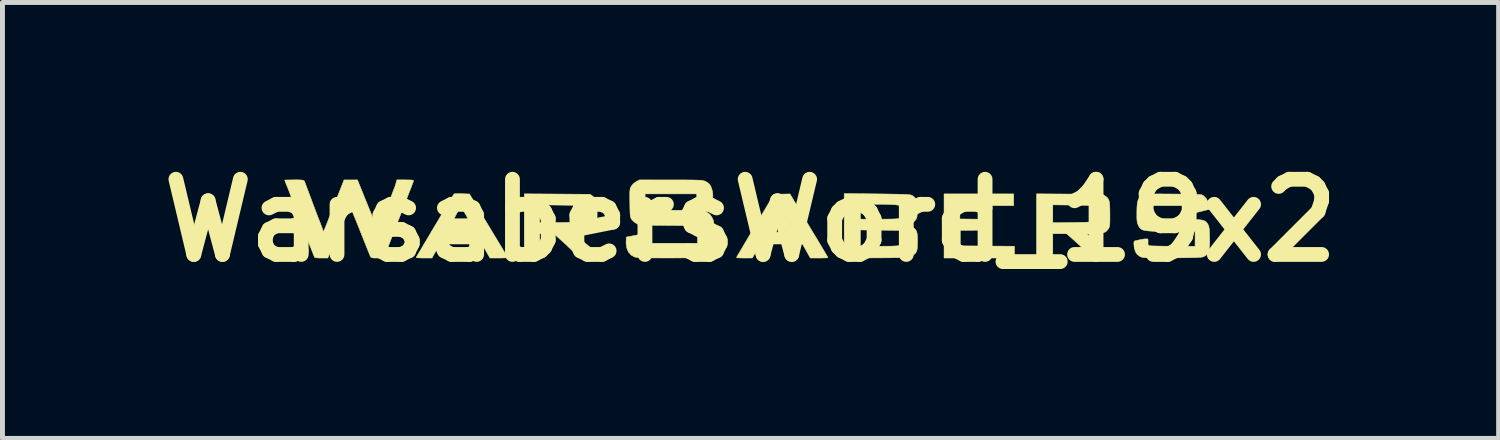
<source format=kicad_pcb>
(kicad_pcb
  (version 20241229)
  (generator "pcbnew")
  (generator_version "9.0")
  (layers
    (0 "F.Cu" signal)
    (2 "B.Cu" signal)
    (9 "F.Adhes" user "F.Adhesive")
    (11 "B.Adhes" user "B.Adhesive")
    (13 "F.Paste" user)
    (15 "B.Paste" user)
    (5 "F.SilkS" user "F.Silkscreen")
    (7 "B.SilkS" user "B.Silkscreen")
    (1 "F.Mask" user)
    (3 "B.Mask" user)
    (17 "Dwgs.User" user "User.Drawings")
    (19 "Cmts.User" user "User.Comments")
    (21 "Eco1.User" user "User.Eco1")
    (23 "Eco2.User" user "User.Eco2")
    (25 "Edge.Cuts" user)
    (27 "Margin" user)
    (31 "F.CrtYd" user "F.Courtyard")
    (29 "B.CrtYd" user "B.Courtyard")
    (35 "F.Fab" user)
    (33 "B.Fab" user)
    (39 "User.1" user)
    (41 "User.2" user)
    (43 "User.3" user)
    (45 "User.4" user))
  (footprint "WarsabersWord_19x2"
    (layer "F.Cu")
    (at 12.163 1.418)
    (property "Reference" "WarsabersWord_19x2" (at 0 0 0) (layer "F.SilkS") (effects (font (size 1.524 1.524) (thickness 0.3))))
    (attr through_hole)
    (fp_poly (pts (xy 5.334 -0.299) (xy 4.243 -0.299) (xy 4.243 -0.03) (xy 4.878 -0.022) (xy 4.883 0.086) (xy 4.887 0.194) (xy 4.569 0.198) (xy 4.251 0.202) (xy 4.251 0.515) (xy 4.8 0.519) (xy 5.349 0.523) (xy 5.349 0.762) (xy 4.636 0.762) (xy 3.922 0.762) (xy 3.922 -0.538) (xy 4.628 -0.538) (xy 5.334 -0.538) (xy 5.334 -0.299)) (stroke (width 0.01) (type solid)) (fill yes) (layer "F.SilkS"))
    (fp_poly (pts (xy -3.918 -0.535) (xy -3.25 -0.53) (xy -3.196 -0.489) (xy -3.164 -0.46) (xy -3.14 -0.425) (xy -3.124 -0.38) (xy -3.114 -0.321) (xy -3.11 -0.242) (xy -3.11 -0.139) (xy -3.11 -0.104) (xy -3.114 -0.004) (xy -3.119 0.071) (xy -3.129 0.126) (xy -3.144 0.167) (xy -3.166 0.198) (xy -3.195 0.225) (xy -3.202 0.23) (xy -3.226 0.244) (xy -3.255 0.254) (xy -3.296 0.26) (xy -3.356 0.265) (xy -3.414 0.267) (xy -3.584 0.272) (xy -3.519 0.327) (xy -3.487 0.353) (xy -3.436 0.394) (xy -3.372 0.446) (xy -3.299 0.504) (xy -3.223 0.565) (xy -3.22 0.568) (xy -2.985 0.755) (xy -3.213 0.759) (xy -3.44 0.763) (xy -3.562 0.655) (xy -3.614 0.609) (xy -3.659 0.568) (xy -3.692 0.537) (xy -3.706 0.524) (xy -3.725 0.505) (xy -3.762 0.471) (xy -3.81 0.427) (xy -3.857 0.385) (xy -3.985 0.269) (xy -4.273 0.269) (xy -4.273 0.762) (xy -4.587 0.762) (xy -4.587 0.046) (xy -4.273 0.046) (xy -3.868 0.042) (xy -3.464 0.037) (xy -3.434 0.000279) (xy -3.418 -0.025) (xy -3.409 -0.055) (xy -3.408 -0.099) (xy -3.409 -0.145) (xy -3.411 -0.191) (xy -3.415 -0.227) (xy -3.423 -0.254) (xy -3.438 -0.275) (xy -3.464 -0.289) (xy -3.505 -0.299) (xy -3.562 -0.305) (xy -3.64 -0.308) (xy -3.741 -0.309) (xy -3.869 -0.311) (xy -3.87 -0.311) (xy -4.273 -0.316) (xy -4.273 0.046) (xy -4.587 0.046) (xy -4.587 -0.539) (xy -3.918 -0.535)) (stroke (width 0.01) (type solid)) (fill yes) (layer "F.SilkS"))
    (fp_poly (pts (xy 7.137 -0.53) (xy 7.191 -0.493) (xy 7.223 -0.469) (xy 7.246 -0.443) (xy 7.263 -0.409) (xy 7.274 -0.364) (xy 7.28 -0.304) (xy 7.283 -0.222) (xy 7.284 -0.12) (xy 7.284 -0.028) (xy 7.283 0.039) (xy 7.28 0.087) (xy 7.275 0.12) (xy 7.268 0.144) (xy 7.258 0.163) (xy 7.249 0.176) (xy 7.222 0.209) (xy 7.192 0.233) (xy 7.154 0.249) (xy 7.102 0.259) (xy 7.028 0.266) (xy 6.982 0.268) (xy 6.815 0.276) (xy 6.937 0.376) (xy 6.996 0.423) (xy 7.07 0.483) (xy 7.149 0.546) (xy 7.226 0.607) (xy 7.236 0.615) (xy 7.412 0.755) (xy 7.187 0.759) (xy 7.097 0.76) (xy 7.032 0.76) (xy 6.983 0.756) (xy 6.946 0.745) (xy 6.912 0.727) (xy 6.877 0.698) (xy 6.834 0.657) (xy 6.815 0.638) (xy 6.772 0.597) (xy 6.713 0.544) (xy 6.646 0.483) (xy 6.579 0.422) (xy 6.569 0.413) (xy 6.406 0.269) (xy 6.126 0.269) (xy 6.126 0.762) (xy 5.797 0.762) (xy 5.797 0.047) (xy 6.126 0.047) (xy 6.527 0.042) (xy 6.654 0.04) (xy 6.754 0.038) (xy 6.83 0.035) (xy 6.886 0.031) (xy 6.923 0.027) (xy 6.945 0.021) (xy 6.953 0.017) (xy 6.965 -0.00021) (xy 6.973 -0.03) (xy 6.977 -0.078) (xy 6.978 -0.134) (xy 6.976 -0.202) (xy 6.972 -0.246) (xy 6.963 -0.273) (xy 6.953 -0.286) (xy 6.939 -0.292) (xy 6.911 -0.298) (xy 6.868 -0.302) (xy 6.805 -0.305) (xy 6.72 -0.308) (xy 6.61 -0.31) (xy 6.527 -0.311) (xy 6.126 -0.316) (xy 6.126 0.047) (xy 5.797 0.047) (xy 5.797 -0.539) (xy 7.137 -0.53)) (stroke (width 0.01) (type solid)) (fill yes) (layer "F.SilkS"))
    (fp_poly (pts (xy 0.966 -0.257) (xy 1.022 -0.164) (xy 1.088 -0.052) (xy 1.161 0.07) (xy 1.236 0.195) (xy 1.309 0.315) (xy 1.351 0.384) (xy 1.407 0.478) (xy 1.458 0.563) (xy 1.501 0.637) (xy 1.536 0.695) (xy 1.559 0.735) (xy 1.569 0.753) (xy 1.569 0.754) (xy 1.555 0.757) (xy 1.517 0.76) (xy 1.46 0.761) (xy 1.392 0.762) (xy 1.212 0.762) (xy 1.133 0.62) (xy 1.053 0.479) (xy 0.625 0.478) (xy 0.196 0.478) (xy 0.117 0.62) (xy 0.037 0.761) (xy -0.123 0.762) (xy -0.188 0.761) (xy -0.241 0.759) (xy -0.275 0.757) (xy -0.284 0.754) (xy -0.277 0.737) (xy -0.264 0.713) (xy -0.25 0.689) (xy -0.223 0.645) (xy -0.188 0.585) (xy -0.146 0.514) (xy -0.112 0.456) (xy -0.067 0.38) (xy -0.026 0.31) (xy 0.009 0.252) (xy 0.023 0.229) (xy 0.344 0.229) (xy 0.358 0.232) (xy 0.397 0.235) (xy 0.457 0.237) (xy 0.534 0.238) (xy 0.622 0.239) (xy 0.628 0.239) (xy 0.716 0.239) (xy 0.793 0.237) (xy 0.854 0.235) (xy 0.895 0.233) (xy 0.911 0.23) (xy 0.911 0.23) (xy 0.904 0.213) (xy 0.886 0.178) (xy 0.863 0.136) (xy 0.824 0.067) (xy 0.792 0.012) (xy 0.763 -0.042) (xy 0.729 -0.106) (xy 0.718 -0.125) (xy 0.687 -0.185) (xy 0.663 -0.228) (xy 0.643 -0.253) (xy 0.624 -0.258) (xy 0.603 -0.243) (xy 0.577 -0.207) (xy 0.543 -0.147) (xy 0.497 -0.063) (xy 0.481 -0.034) (xy 0.438 0.045) (xy 0.401 0.115) (xy 0.371 0.172) (xy 0.352 0.211) (xy 0.344 0.228) (xy 0.344 0.229) (xy 0.023 0.229) (xy 0.033 0.211) (xy 0.043 0.194) (xy 0.057 0.172) (xy 0.084 0.127) (xy 0.121 0.065) (xy 0.166 -0.012) (xy 0.218 -0.1) (xy 0.27 -0.187) (xy 0.473 -0.53) (xy 0.799 -0.537) (xy 0.966 -0.257)) (stroke (width 0.01) (type solid)) (fill yes) (layer "F.SilkS"))
    (fp_poly (pts (xy -5.887 -0.542) (xy -5.846 -0.541) (xy -5.697 -0.536) (xy -5.639 -0.439) (xy -5.602 -0.378) (xy -5.559 -0.306) (xy -5.517 -0.236) (xy -5.512 -0.227) (xy -5.492 -0.195) (xy -5.46 -0.142) (xy -5.417 -0.07) (xy -5.366 0.015) (xy -5.308 0.11) (xy -5.247 0.212) (xy -5.185 0.315) (xy -5.123 0.417) (xy -5.065 0.512) (xy -5.013 0.599) (xy -4.969 0.672) (xy -4.935 0.727) (xy -4.921 0.751) (xy -4.932 0.755) (xy -4.968 0.759) (xy -5.023 0.761) (xy -5.091 0.762) (xy -5.098 0.762) (xy -5.282 0.762) (xy -5.444 0.478) (xy -6.302 0.478) (xy -6.331 0.534) (xy -6.355 0.578) (xy -6.385 0.634) (xy -6.409 0.676) (xy -6.457 0.762) (xy -6.621 0.762) (xy -6.686 0.761) (xy -6.738 0.758) (xy -6.77 0.755) (xy -6.779 0.751) (xy -6.77 0.736) (xy -6.748 0.698) (xy -6.713 0.64) (xy -6.669 0.566) (xy -6.617 0.477) (xy -6.557 0.377) (xy -6.493 0.269) (xy -6.488 0.261) (xy -6.471 0.232) (xy -6.156 0.232) (xy -6.142 0.234) (xy -6.102 0.236) (xy -6.042 0.238) (xy -5.966 0.239) (xy -5.878 0.239) (xy -5.871 0.239) (xy -5.769 0.239) (xy -5.694 0.237) (xy -5.641 0.235) (xy -5.609 0.231) (xy -5.593 0.226) (xy -5.591 0.219) (xy -5.599 0.199) (xy -5.62 0.159) (xy -5.649 0.105) (xy -5.684 0.04) (xy -5.723 -0.03) (xy -5.762 -0.099) (xy -5.8 -0.164) (xy -5.832 -0.22) (xy -5.856 -0.26) (xy -5.871 -0.282) (xy -5.873 -0.284) (xy -5.884 -0.272) (xy -5.902 -0.241) (xy -5.913 -0.22) (xy -5.939 -0.17) (xy -5.974 -0.104) (xy -6.013 -0.032) (xy -6.052 0.041) (xy -6.088 0.107) (xy -6.116 0.158) (xy -6.127 0.176) (xy -6.146 0.21) (xy -6.155 0.23) (xy -6.156 0.232) (xy -6.471 0.232) (xy -6.422 0.149) (xy -6.358 0.042) (xy -6.299 -0.057) (xy -6.248 -0.144) (xy -6.205 -0.216) (xy -6.174 -0.269) (xy -6.157 -0.299) (xy -6.101 -0.393) (xy -6.058 -0.465) (xy -6.026 -0.513) (xy -6.008 -0.536) (xy -6.006 -0.538) (xy -5.987 -0.541) (xy -5.945 -0.542) (xy -5.887 -0.542)) (stroke (width 0.01) (type solid)) (fill yes) (layer "F.SilkS"))
    (fp_poly (pts (xy 2.566 -0.538) (xy 2.726 -0.536) (xy 2.858 -0.534) (xy 2.966 -0.532) (xy 3.053 -0.53) (xy 3.121 -0.528) (xy 3.172 -0.525) (xy 3.21 -0.522) (xy 3.238 -0.518) (xy 3.258 -0.513) (xy 3.273 -0.507) (xy 3.281 -0.502) (xy 3.319 -0.475) (xy 3.346 -0.444) (xy 3.363 -0.403) (xy 3.372 -0.346) (xy 3.376 -0.269) (xy 3.377 -0.219) (xy 3.376 -0.144) (xy 3.375 -0.093) (xy 3.37 -0.059) (xy 3.362 -0.035) (xy 3.348 -0.014) (xy 3.332 0.005) (xy 3.294 0.042) (xy 3.253 0.07) (xy 3.243 0.075) (xy 3.198 0.093) (xy 3.26 0.125) (xy 3.308 0.152) (xy 3.342 0.182) (xy 3.364 0.218) (xy 3.377 0.268) (xy 3.383 0.336) (xy 3.384 0.423) (xy 3.383 0.514) (xy 3.377 0.581) (xy 3.364 0.629) (xy 3.343 0.665) (xy 3.31 0.693) (xy 3.263 0.719) (xy 3.26 0.72) (xy 3.242 0.728) (xy 3.225 0.735) (xy 3.205 0.741) (xy 3.178 0.745) (xy 3.144 0.749) (xy 3.097 0.752) (xy 3.036 0.754) (xy 2.958 0.755) (xy 2.859 0.757) (xy 2.737 0.758) (xy 2.588 0.759) (xy 2.544 0.759) (xy 1.898 0.763) (xy 1.898 0.523) (xy 2.226 0.523) (xy 2.611 0.523) (xy 2.743 0.522) (xy 2.847 0.521) (xy 2.926 0.518) (xy 2.982 0.514) (xy 3.018 0.509) (xy 3.033 0.504) (xy 3.053 0.491) (xy 3.065 0.472) (xy 3.071 0.44) (xy 3.074 0.386) (xy 3.075 0.379) (xy 3.076 0.319) (xy 3.071 0.279) (xy 3.059 0.251) (xy 3.05 0.238) (xy 3.021 0.202) (xy 2.624 0.197) (xy 2.226 0.193) (xy 2.226 0.523) (xy 1.898 0.523) (xy 1.898 0.109) (xy 1.898 -0.182) (xy 2.226 -0.182) (xy 2.227 -0.119) (xy 2.228 -0.068) (xy 2.231 -0.036) (xy 2.232 -0.029) (xy 2.248 -0.027) (xy 2.29 -0.026) (xy 2.354 -0.025) (xy 2.436 -0.025) (xy 2.532 -0.025) (xy 2.631 -0.025) (xy 2.752 -0.027) (xy 2.847 -0.028) (xy 2.918 -0.03) (xy 2.97 -0.033) (xy 3.006 -0.037) (xy 3.029 -0.042) (xy 3.043 -0.049) (xy 3.047 -0.052) (xy 3.059 -0.08) (xy 3.067 -0.126) (xy 3.07 -0.181) (xy 3.068 -0.233) (xy 3.06 -0.272) (xy 3.052 -0.286) (xy 3.032 -0.298) (xy 2.998 -0.309) (xy 2.947 -0.316) (xy 2.877 -0.322) (xy 2.784 -0.326) (xy 2.667 -0.328) (xy 2.566 -0.328) (xy 2.226 -0.329) (xy 2.226 -0.182) (xy 1.898 -0.182) (xy 1.898 -0.545) (xy 2.566 -0.538)) (stroke (width 0.01) (type solid)) (fill yes) (layer "F.SilkS"))
    (fp_poly (pts (xy -1.615 -0.821) (xy -1.459 -0.821) (xy -1.33 -0.821) (xy -1.226 -0.82) (xy -1.142 -0.819) (xy -1.077 -0.817) (xy -1.027 -0.815) (xy -0.99 -0.812) (xy -0.962 -0.807) (xy -0.941 -0.802) (xy -0.923 -0.796) (xy -0.918 -0.793) (xy -0.871 -0.766) (xy -0.832 -0.734) (xy -0.825 -0.726) (xy -0.8 -0.679) (xy -0.779 -0.616) (xy -0.766 -0.549) (xy -0.764 -0.491) (xy -0.764 -0.487) (xy -0.769 -0.466) (xy -0.78 -0.45) (xy -0.803 -0.437) (xy -0.845 -0.423) (xy -0.896 -0.409) (xy -0.974 -0.388) (xy -1.028 -0.376) (xy -1.062 -0.375) (xy -1.081 -0.385) (xy -1.089 -0.407) (xy -1.091 -0.443) (xy -1.091 -0.456) (xy -1.091 -0.538) (xy -2.137 -0.538) (xy -2.137 -0.211) (xy -0.949 -0.202) (xy -0.882 -0.164) (xy -0.827 -0.125) (xy -0.787 -0.071) (xy -0.777 -0.052) (xy -0.763 -0.023) (xy -0.753 0.004) (xy -0.747 0.035) (xy -0.743 0.076) (xy -0.74 0.131) (xy -0.74 0.207) (xy -0.74 0.276) (xy -0.74 0.37) (xy -0.741 0.439) (xy -0.744 0.49) (xy -0.748 0.527) (xy -0.756 0.556) (xy -0.767 0.583) (xy -0.777 0.604) (xy -0.822 0.674) (xy -0.876 0.72) (xy -0.946 0.747) (xy -0.95 0.748) (xy -0.977 0.751) (xy -1.031 0.753) (xy -1.107 0.756) (xy -1.204 0.758) (xy -1.316 0.759) (xy -1.441 0.76) (xy -1.576 0.761) (xy -1.651 0.761) (xy -1.815 0.761) (xy -1.951 0.76) (xy -2.062 0.759) (xy -2.152 0.757) (xy -2.222 0.755) (xy -2.275 0.752) (xy -2.314 0.748) (xy -2.341 0.743) (xy -2.353 0.74) (xy -2.423 0.7) (xy -2.476 0.638) (xy -2.51 0.557) (xy -2.523 0.459) (xy -2.522 0.419) (xy -2.518 0.337) (xy -2.196 0.275) (xy -2.196 0.463) (xy -1.076 0.463) (xy -1.076 0.106) (xy -1.662 0.102) (xy -1.81 0.1) (xy -1.931 0.099) (xy -2.029 0.098) (xy -2.105 0.096) (xy -2.164 0.094) (xy -2.209 0.091) (xy -2.241 0.087) (xy -2.266 0.083) (xy -2.284 0.077) (xy -2.301 0.069) (xy -2.311 0.064) (xy -2.358 0.032) (xy -2.399 -0.007) (xy -2.408 -0.018) (xy -2.42 -0.037) (xy -2.429 -0.056) (xy -2.436 -0.082) (xy -2.44 -0.118) (xy -2.443 -0.169) (xy -2.445 -0.24) (xy -2.447 -0.335) (xy -2.447 -0.351) (xy -2.448 -0.45) (xy -2.448 -0.525) (xy -2.447 -0.579) (xy -2.444 -0.617) (xy -2.439 -0.646) (xy -2.431 -0.668) (xy -2.419 -0.69) (xy -2.417 -0.694) (xy -2.371 -0.749) (xy -2.317 -0.787) (xy -2.251 -0.822) (xy -1.615 -0.821)) (stroke (width 0.01) (type solid)) (fill yes) (layer "F.SilkS"))
    (fp_poly (pts (xy 8.316 -0.537) (xy 8.433 -0.536) (xy 8.576 -0.535) (xy 8.583 -0.535) (xy 8.727 -0.534) (xy 8.844 -0.532) (xy 8.938 -0.531) (xy 9.01 -0.529) (xy 9.065 -0.527) (xy 9.106 -0.524) (xy 9.135 -0.52) (xy 9.155 -0.515) (xy 9.169 -0.509) (xy 9.181 -0.501) (xy 9.184 -0.499) (xy 9.242 -0.437) (xy 9.278 -0.356) (xy 9.288 -0.301) (xy 9.297 -0.226) (xy 9.232 -0.209) (xy 9.177 -0.195) (xy 9.124 -0.181) (xy 9.114 -0.178) (xy 9.06 -0.166) (xy 9.029 -0.166) (xy 9.014 -0.182) (xy 9.01 -0.217) (xy 9.01 -0.232) (xy 9.01 -0.299) (xy 8.128 -0.299) (xy 8.128 -0.031) (xy 8.632 -0.027) (xy 8.779 -0.025) (xy 8.899 -0.023) (xy 8.995 -0.021) (xy 9.071 -0.017) (xy 9.129 -0.01) (xy 9.173 -0.002) (xy 9.205 0.01) (xy 9.229 0.025) (xy 9.247 0.044) (xy 9.263 0.067) (xy 9.27 0.078) (xy 9.283 0.103) (xy 9.291 0.134) (xy 9.298 0.177) (xy 9.302 0.237) (xy 9.305 0.321) (xy 9.305 0.336) (xy 9.306 0.452) (xy 9.301 0.541) (xy 9.288 0.61) (xy 9.267 0.661) (xy 9.238 0.699) (xy 9.204 0.724) (xy 9.189 0.732) (xy 9.173 0.738) (xy 9.153 0.743) (xy 9.124 0.747) (xy 9.085 0.75) (xy 9.032 0.753) (xy 8.963 0.754) (xy 8.874 0.756) (xy 8.762 0.757) (xy 8.625 0.758) (xy 8.554 0.758) (xy 8.404 0.759) (xy 8.281 0.76) (xy 8.182 0.76) (xy 8.104 0.759) (xy 8.044 0.758) (xy 7.998 0.755) (xy 7.964 0.752) (xy 7.939 0.748) (xy 7.92 0.742) (xy 7.903 0.736) (xy 7.894 0.731) (xy 7.837 0.69) (xy 7.799 0.63) (xy 7.777 0.548) (xy 7.772 0.505) (xy 7.77 0.457) (xy 7.773 0.43) (xy 7.784 0.417) (xy 7.801 0.412) (xy 7.882 0.394) (xy 7.939 0.382) (xy 7.981 0.376) (xy 8.013 0.374) (xy 8.016 0.374) (xy 8.045 0.375) (xy 8.057 0.386) (xy 8.057 0.415) (xy 8.056 0.435) (xy 8.057 0.486) (xy 8.07 0.51) (xy 8.09 0.513) (xy 8.135 0.516) (xy 8.203 0.518) (xy 8.29 0.52) (xy 8.39 0.522) (xy 8.502 0.523) (xy 8.55 0.523) (xy 9.01 0.523) (xy 9.01 0.224) (xy 8.528 0.223) (xy 8.377 0.223) (xy 8.252 0.222) (xy 8.152 0.219) (xy 8.073 0.214) (xy 8.011 0.207) (xy 7.965 0.198) (xy 7.931 0.184) (xy 7.905 0.167) (xy 7.886 0.145) (xy 7.869 0.117) (xy 7.863 0.105) (xy 7.849 0.074) (xy 7.839 0.042) (xy 7.833 0.003) (xy 7.83 -0.05) (xy 7.83 -0.123) (xy 7.83 -0.156) (xy 7.832 -0.263) (xy 7.839 -0.345) (xy 7.853 -0.405) (xy 7.875 -0.45) (xy 7.907 -0.482) (xy 7.951 -0.507) (xy 7.956 -0.509) (xy 7.974 -0.517) (xy 7.994 -0.523) (xy 8.019 -0.528) (xy 8.05 -0.532) (xy 8.093 -0.534) (xy 8.149 -0.536) (xy 8.222 -0.537) (xy 8.316 -0.537)) (stroke (width 0.01) (type solid)) (fill yes) (layer "F.SilkS"))
    (fp_poly (pts (xy -6.923 -0.821) (xy -6.874 -0.82) (xy -6.846 -0.816) (xy -6.833 -0.81) (xy -6.831 -0.8) (xy -6.833 -0.796) (xy -6.84 -0.775) (xy -6.857 -0.731) (xy -6.881 -0.666) (xy -6.913 -0.586) (xy -6.949 -0.493) (xy -6.988 -0.391) (xy -6.992 -0.381) (xy -7.034 -0.274) (xy -7.073 -0.172) (xy -7.109 -0.079) (xy -7.14 -0.000286) (xy -7.164 0.06) (xy -7.178 0.097) (xy -7.194 0.139) (xy -7.218 0.203) (xy -7.249 0.283) (xy -7.283 0.372) (xy -7.319 0.466) (xy -7.323 0.474) (xy -7.433 0.762) (xy -7.562 0.762) (xy -7.624 0.762) (xy -7.663 0.759) (xy -7.686 0.752) (xy -7.699 0.74) (xy -7.709 0.721) (xy -7.719 0.698) (xy -7.738 0.65) (xy -7.766 0.582) (xy -7.8 0.496) (xy -7.84 0.397) (xy -7.883 0.288) (xy -7.92 0.195) (xy -7.966 0.081) (xy -8.008 -0.023) (xy -8.046 -0.116) (xy -8.077 -0.193) (xy -8.102 -0.252) (xy -8.118 -0.289) (xy -8.124 -0.301) (xy -8.132 -0.29) (xy -8.15 -0.254) (xy -8.176 -0.196) (xy -8.209 -0.12) (xy -8.248 -0.027) (xy -8.292 0.08) (xy -8.339 0.196) (xy -8.351 0.225) (xy -8.567 0.762) (xy -8.698 0.762) (xy -8.757 0.761) (xy -8.805 0.757) (xy -8.833 0.751) (xy -8.837 0.748) (xy -8.844 0.731) (xy -8.861 0.69) (xy -8.885 0.628) (xy -8.916 0.55) (xy -8.952 0.458) (xy -8.991 0.357) (xy -8.997 0.341) (xy -9.04 0.228) (xy -9.084 0.114) (xy -9.126 0.006) (xy -9.163 -0.092) (xy -9.194 -0.172) (xy -9.214 -0.224) (xy -9.245 -0.304) (xy -9.277 -0.388) (xy -9.305 -0.463) (xy -9.322 -0.508) (xy -9.349 -0.579) (xy -9.379 -0.655) (xy -9.404 -0.716) (xy -9.423 -0.764) (xy -9.437 -0.8) (xy -9.443 -0.817) (xy -9.443 -0.817) (xy -9.429 -0.819) (xy -9.39 -0.82) (xy -9.333 -0.821) (xy -9.263 -0.822) (xy -9.248 -0.822) (xy -9.169 -0.822) (xy -9.114 -0.82) (xy -9.079 -0.817) (xy -9.058 -0.811) (xy -9.047 -0.802) (xy -9.04 -0.788) (xy -9.04 -0.788) (xy -9.029 -0.761) (xy -9.011 -0.713) (xy -8.988 -0.651) (xy -8.965 -0.59) (xy -8.917 -0.463) (xy -8.879 -0.359) (xy -8.847 -0.275) (xy -8.821 -0.206) (xy -8.799 -0.147) (xy -8.779 -0.095) (xy -8.76 -0.045) (xy -8.739 0.008) (xy -8.732 0.026) (xy -8.706 0.093) (xy -8.685 0.15) (xy -8.671 0.192) (xy -8.666 0.212) (xy -8.666 0.212) (xy -8.662 0.224) (xy -8.649 0.207) (xy -8.628 0.164) (xy -8.6 0.094) (xy -8.595 0.082) (xy -8.577 0.036) (xy -8.55 -0.033) (xy -8.516 -0.119) (xy -8.477 -0.218) (xy -8.436 -0.325) (xy -8.394 -0.429) (xy -8.24 -0.821) (xy -8.104 -0.821) (xy -7.968 -0.822) (xy -7.945 -0.766) (xy -7.927 -0.722) (xy -7.901 -0.658) (xy -7.869 -0.578) (xy -7.832 -0.486) (xy -7.792 -0.388) (xy -7.752 -0.288) (xy -7.712 -0.191) (xy -7.676 -0.102) (xy -7.645 -0.024) (xy -7.62 0.036) (xy -7.605 0.075) (xy -7.602 0.081) (xy -7.582 0.13) (xy -7.564 0.17) (xy -7.557 0.185) (xy -7.547 0.2) (xy -7.537 0.201) (xy -7.526 0.184) (xy -7.51 0.145) (xy -7.488 0.082) (xy -7.467 0.023) (xy -7.441 -0.05) (xy -7.416 -0.121) (xy -7.413 -0.127) (xy -7.388 -0.196) (xy -7.358 -0.28) (xy -7.329 -0.363) (xy -7.317 -0.396) (xy -7.291 -0.469) (xy -7.264 -0.542) (xy -7.241 -0.603) (xy -7.231 -0.628) (xy -7.213 -0.674) (xy -7.2 -0.71) (xy -7.195 -0.725) (xy -7.189 -0.749) (xy -7.18 -0.781) (xy -7.169 -0.822) (xy -6.997 -0.822) (xy -6.923 -0.821)) (stroke (width 0.01) (type solid)) (fill yes) (layer "F.SilkS")))
  (gr_rect
    (start -3 -3)
    (end 27.326 5.836)
    (stroke (width 0.1) (type default))
    (fill no)
    (layer "Edge.Cuts")))
</source>
